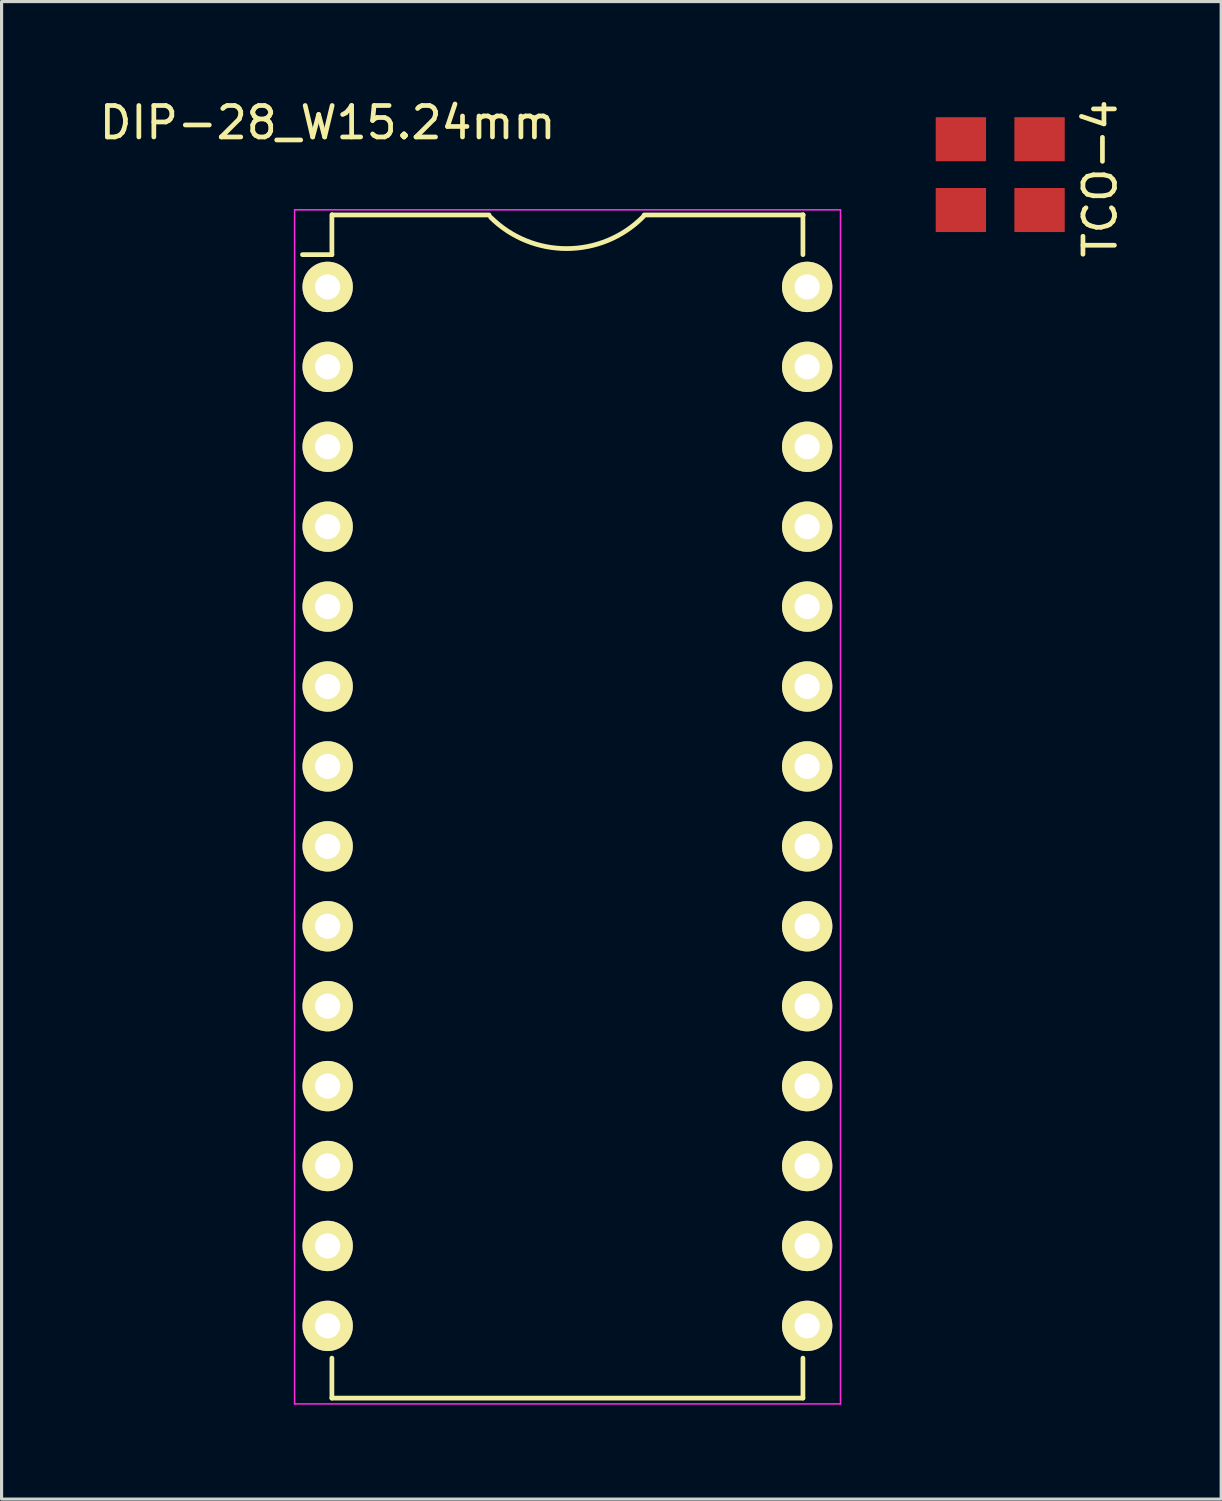
<source format=kicad_pcb>
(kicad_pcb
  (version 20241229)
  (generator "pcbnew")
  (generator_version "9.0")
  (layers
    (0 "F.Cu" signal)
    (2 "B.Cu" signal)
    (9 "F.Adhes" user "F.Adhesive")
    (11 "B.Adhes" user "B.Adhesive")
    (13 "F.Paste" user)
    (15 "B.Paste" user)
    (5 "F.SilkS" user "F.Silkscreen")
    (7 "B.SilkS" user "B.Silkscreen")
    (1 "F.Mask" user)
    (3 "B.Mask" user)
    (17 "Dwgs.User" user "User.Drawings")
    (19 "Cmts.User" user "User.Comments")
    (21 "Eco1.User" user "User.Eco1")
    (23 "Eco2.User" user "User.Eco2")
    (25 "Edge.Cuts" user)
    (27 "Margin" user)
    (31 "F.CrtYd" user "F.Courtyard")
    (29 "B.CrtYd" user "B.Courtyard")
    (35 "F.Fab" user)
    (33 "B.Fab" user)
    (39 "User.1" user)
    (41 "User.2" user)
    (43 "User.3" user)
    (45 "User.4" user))
  (footprint "TCO-4"
    (layer "F.Cu")
    (at 28.738 2.625)
    (property "Reference" "TCO-4" (at 3.175 0 90) (layer "F.SilkS") (effects (font (size 1 1) (thickness 0.15))))
    (attr through_hole)
    (pad "1" smd rect (at -1.25 1) (size 1.6 1.4) (layers "F.Cu" "F.Mask" "F.Paste"))
    (pad "2" smd rect (at 1.25 1) (size 1.6 1.4) (layers "F.Cu" "F.Mask" "F.Paste"))
    (pad "3" smd rect (at 1.25 -1.25) (size 1.6 1.4) (layers "F.Cu" "F.Mask" "F.Paste"))
    (pad "4" smd rect (at -1.25 -1.25) (size 1.6 1.4) (layers "F.Cu" "F.Mask" "F.Paste")))
  (footprint "DIP-28_W15.24mm"
    (layer "F.Cu")
    (at 7.363 6.068)
    (property "Reference" "DIP-28_W15.24mm" (at 0 -5.22 0) (layer "F.SilkS") (effects (font (size 1 1) (thickness 0.15))))
    (attr through_hole)
    (fp_line (start 0.135 -2.295) (end 0.135 -1.025) (stroke (width 0.15) (type solid)) (layer "F.SilkS"))
    (fp_line (start 0.135 -1.025) (end -0.8 -1.025) (stroke (width 0.15) (type solid)) (layer "F.SilkS"))
    (fp_line (start 0.135 35.315) (end 0.135 34.045) (stroke (width 0.15) (type solid)) (layer "F.SilkS"))
    (fp_line (start 0.135 35.315) (end 15.105 35.315) (stroke (width 0.15) (type solid)) (layer "F.SilkS"))
    (fp_line (start 0.152 -2.286) (end 5.131 -2.286) (stroke (width 0.15) (type solid)) (layer "F.SilkS"))
    (fp_line (start 15.105 -2.295) (end 15.105 -1.025) (stroke (width 0.15) (type solid)) (layer "F.SilkS"))
    (fp_line (start 15.105 35.315) (end 15.105 34.045) (stroke (width 0.15) (type solid)) (layer "F.SilkS"))
    (fp_line (start 15.113 -2.286) (end 10.058 -2.286) (stroke (width 0.15) (type solid)) (layer "F.SilkS"))
    (fp_arc (start 10.033 -2.2352) (mid 7.612561 -1.217742) (end 5.1816 -2.2098) (stroke (width 0.15) (type solid)) (layer "F.SilkS"))
    (fp_line (start -1.05 -2.45) (end -1.05 35.5) (stroke (width 0.05) (type solid)) (layer "F.CrtYd"))
    (fp_line (start -1.05 -2.45) (end 16.3 -2.45) (stroke (width 0.05) (type solid)) (layer "F.CrtYd"))
    (fp_line (start -1.05 35.5) (end 16.3 35.5) (stroke (width 0.05) (type solid)) (layer "F.CrtYd"))
    (fp_line (start 16.3 -2.45) (end 16.3 35.5) (stroke (width 0.05) (type solid)) (layer "F.CrtYd"))
    (pad "1" thru_hole oval (at 0 0) (size 1.6 1.6) (drill 0.8) (layers "*.Cu" "*.Mask" "F.SilkS"))
    (pad "2" thru_hole oval (at 0 2.54) (size 1.6 1.6) (drill 0.8) (layers "*.Cu" "*.Mask" "F.SilkS"))
    (pad "3" thru_hole oval (at 0 5.08) (size 1.6 1.6) (drill 0.8) (layers "*.Cu" "*.Mask" "F.SilkS"))
    (pad "4" thru_hole oval (at 0 7.62) (size 1.6 1.6) (drill 0.8) (layers "*.Cu" "*.Mask" "F.SilkS"))
    (pad "5" thru_hole oval (at 0 10.16) (size 1.6 1.6) (drill 0.8) (layers "*.Cu" "*.Mask" "F.SilkS"))
    (pad "6" thru_hole oval (at 0 12.7) (size 1.6 1.6) (drill 0.8) (layers "*.Cu" "*.Mask" "F.SilkS"))
    (pad "7" thru_hole oval (at 0 15.24) (size 1.6 1.6) (drill 0.8) (layers "*.Cu" "*.Mask" "F.SilkS"))
    (pad "8" thru_hole oval (at 0 17.78) (size 1.6 1.6) (drill 0.8) (layers "*.Cu" "*.Mask" "F.SilkS"))
    (pad "9" thru_hole oval (at 0 20.32) (size 1.6 1.6) (drill 0.8) (layers "*.Cu" "*.Mask" "F.SilkS"))
    (pad "10" thru_hole oval (at 0 22.86) (size 1.6 1.6) (drill 0.8) (layers "*.Cu" "*.Mask" "F.SilkS"))
    (pad "11" thru_hole oval (at 0 25.4) (size 1.6 1.6) (drill 0.8) (layers "*.Cu" "*.Mask" "F.SilkS"))
    (pad "12" thru_hole oval (at 0 27.94) (size 1.6 1.6) (drill 0.8) (layers "*.Cu" "*.Mask" "F.SilkS"))
    (pad "13" thru_hole oval (at 0 30.48) (size 1.6 1.6) (drill 0.8) (layers "*.Cu" "*.Mask" "F.SilkS"))
    (pad "14" thru_hole oval (at 0 33.02) (size 1.6 1.6) (drill 0.8) (layers "*.Cu" "*.Mask" "F.SilkS"))
    (pad "15" thru_hole oval (at 15.24 33.02) (size 1.6 1.6) (drill 0.8) (layers "*.Cu" "*.Mask" "F.SilkS"))
    (pad "16" thru_hole oval (at 15.24 30.48) (size 1.6 1.6) (drill 0.8) (layers "*.Cu" "*.Mask" "F.SilkS"))
    (pad "17" thru_hole oval (at 15.24 27.94) (size 1.6 1.6) (drill 0.8) (layers "*.Cu" "*.Mask" "F.SilkS"))
    (pad "18" thru_hole oval (at 15.24 25.4) (size 1.6 1.6) (drill 0.8) (layers "*.Cu" "*.Mask" "F.SilkS"))
    (pad "19" thru_hole oval (at 15.24 22.86) (size 1.6 1.6) (drill 0.8) (layers "*.Cu" "*.Mask" "F.SilkS"))
    (pad "20" thru_hole oval (at 15.24 20.32) (size 1.6 1.6) (drill 0.8) (layers "*.Cu" "*.Mask" "F.SilkS"))
    (pad "21" thru_hole oval (at 15.24 17.78) (size 1.6 1.6) (drill 0.8) (layers "*.Cu" "*.Mask" "F.SilkS"))
    (pad "22" thru_hole oval (at 15.24 15.24) (size 1.6 1.6) (drill 0.8) (layers "*.Cu" "*.Mask" "F.SilkS"))
    (pad "23" thru_hole oval (at 15.24 12.7) (size 1.6 1.6) (drill 0.8) (layers "*.Cu" "*.Mask" "F.SilkS"))
    (pad "24" thru_hole oval (at 15.24 10.16) (size 1.6 1.6) (drill 0.8) (layers "*.Cu" "*.Mask" "F.SilkS"))
    (pad "25" thru_hole oval (at 15.24 7.62) (size 1.6 1.6) (drill 0.8) (layers "*.Cu" "*.Mask" "F.SilkS"))
    (pad "26" thru_hole oval (at 15.24 5.08) (size 1.6 1.6) (drill 0.8) (layers "*.Cu" "*.Mask" "F.SilkS"))
    (pad "27" thru_hole oval (at 15.24 2.54) (size 1.6 1.6) (drill 0.8) (layers "*.Cu" "*.Mask" "F.SilkS"))
    (pad "28" thru_hole oval (at 15.24 0) (size 1.6 1.6) (drill 0.8) (layers "*.Cu" "*.Mask" "F.SilkS")))
  (gr_rect
    (start -3 -3)
    (end 35.761 44.593)
    (stroke (width 0.1) (type default))
    (fill no)
    (layer "Edge.Cuts")))
</source>
